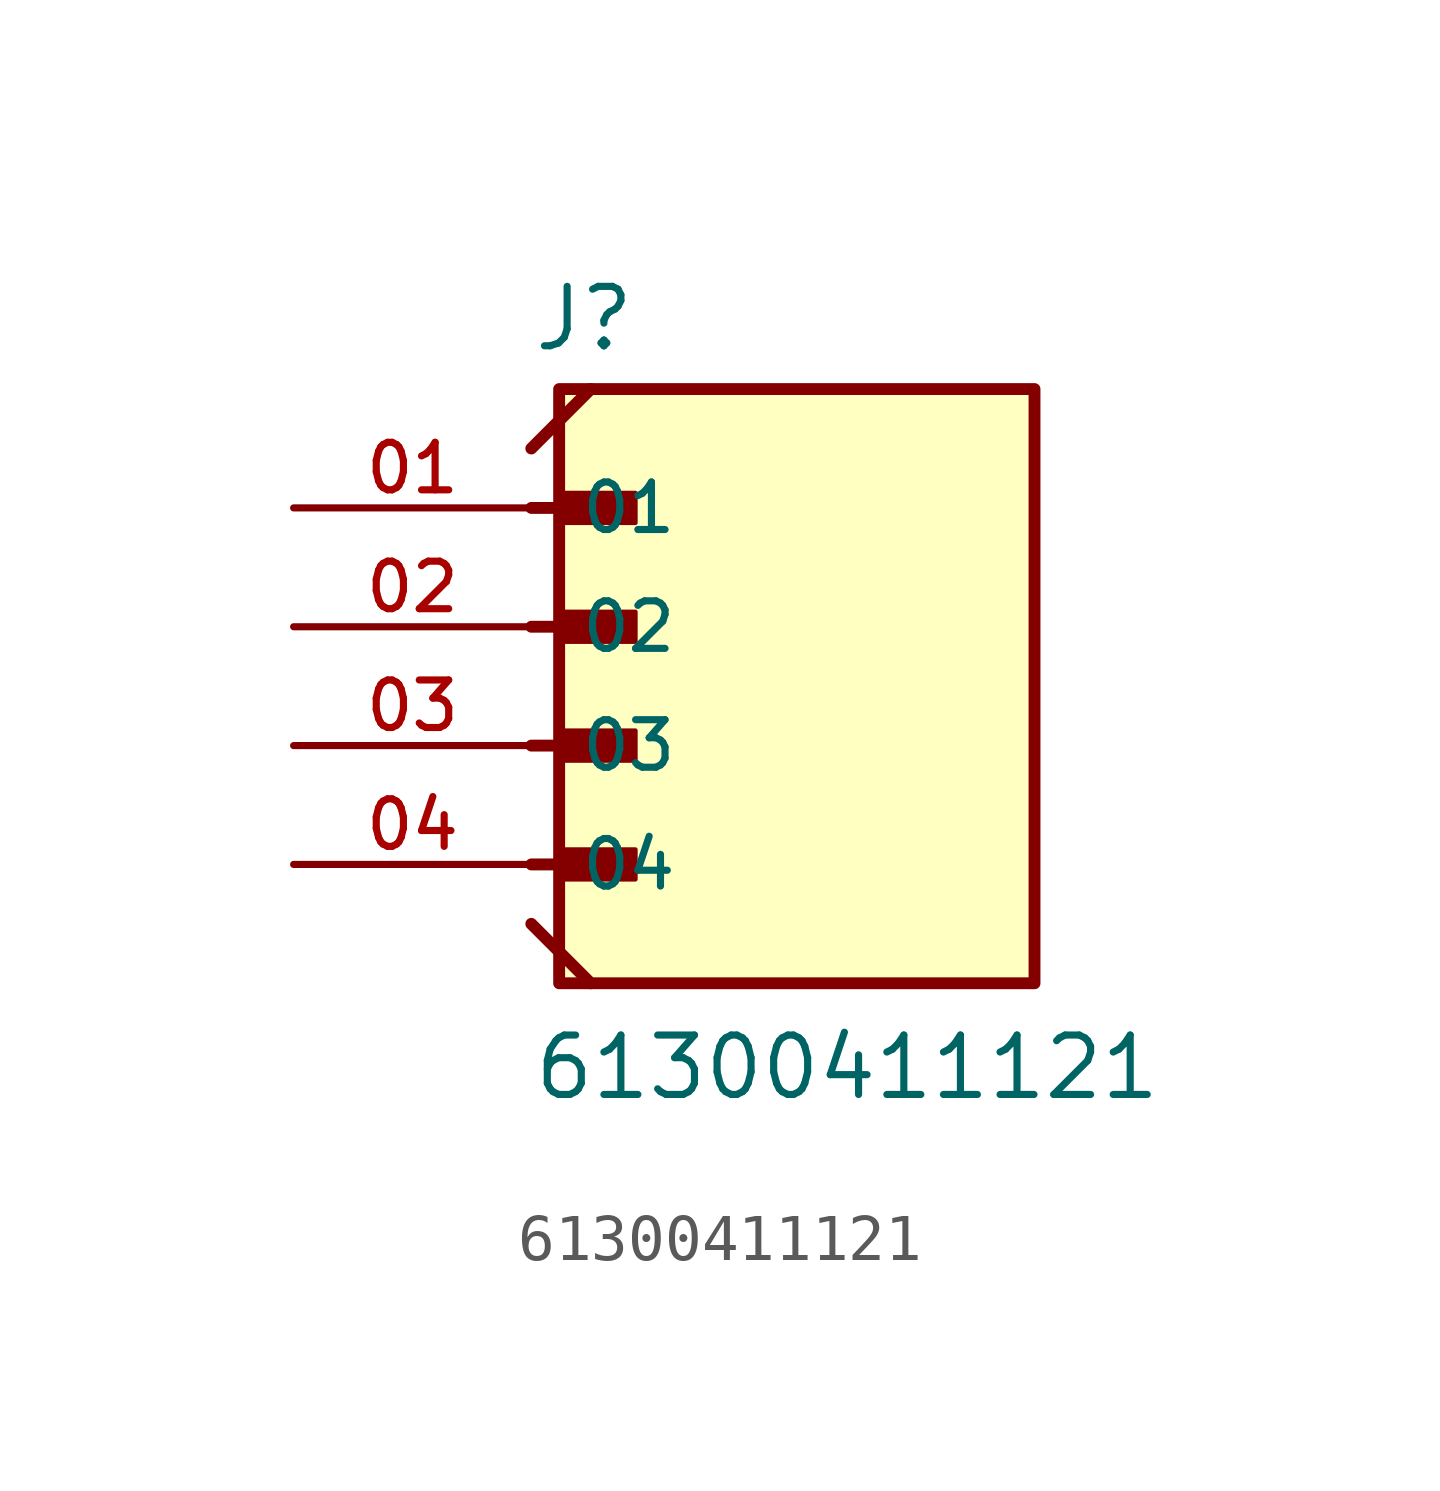
<source format=kicad_sym>
(kicad_symbol_lib
  (version 20211014)
  (generator kicad_symbol_editor)
  (symbol "61300411121"
    (pin_names
      (offset 1.016))
    (property "Reference" "J"
      (at -5.08 8.382 0)
      (effects (font (size 1.27 1.27)) (justify bottom left)))
    (property "Value" "61300411121"
      (at -5.08 -7.62 0)
      (effects (font (size 1.27 1.27)) (justify bottom left)))
    (symbol "61300411121_0_0"
      (polyline (pts (xy -5.08 5.08) (xy -3.175 5.08)) (stroke (width 0.254)))
      (rectangle (start -4.445 4.763) (end -2.857 5.397) (stroke (width 0.1)) (fill (type outline)))
      (polyline (pts (xy -5.08 2.54) (xy -3.175 2.54)) (stroke (width 0.254)))
      (rectangle (start -4.445 2.223) (end -2.857 2.857) (stroke (width 0.1)) (fill (type outline)))
      (polyline (pts (xy -5.08 0.0) (xy -3.175 0.0)) (stroke (width 0.254)))
      (rectangle (start -4.445 -0.318) (end -2.857 0.318) (stroke (width 0.1)) (fill (type outline)))
      (polyline (pts (xy -5.08 -3.81) (xy -3.81 -5.08)) (stroke (width 0.254)))
      (polyline (pts (xy -5.08 6.35) (xy -3.81 7.62)) (stroke (width 0.254)))
      (polyline (pts (xy -5.08 -2.54) (xy -3.175 -2.54)) (stroke (width 0.254)))
      (rectangle (start -4.445 -2.857) (end -2.857 -2.223) (stroke (width 0.1)) (fill (type outline)))
      (rectangle (start -4.485 -5.08) (end 5.675 7.62) (stroke (width 0.254)) (fill (type background)))
      (pin passive line (at -10.16 5.08 0) (length 5.08) (name "01" (effects (font (size 1.016 1.016)))) (number "01" (effects (font (size 1.016 1.016)))))
      (pin passive line (at -10.16 2.54 0) (length 5.08) (name "02" (effects (font (size 1.016 1.016)))) (number "02" (effects (font (size 1.016 1.016)))))
      (pin passive line (at -10.16 0.0 0) (length 5.08) (name "03" (effects (font (size 1.016 1.016)))) (number "03" (effects (font (size 1.016 1.016)))))
      (pin passive line (at -10.16 -2.54 0) (length 5.08) (name "04" (effects (font (size 1.016 1.016)))) (number "04" (effects (font (size 1.016 1.016))))))))
</source>
